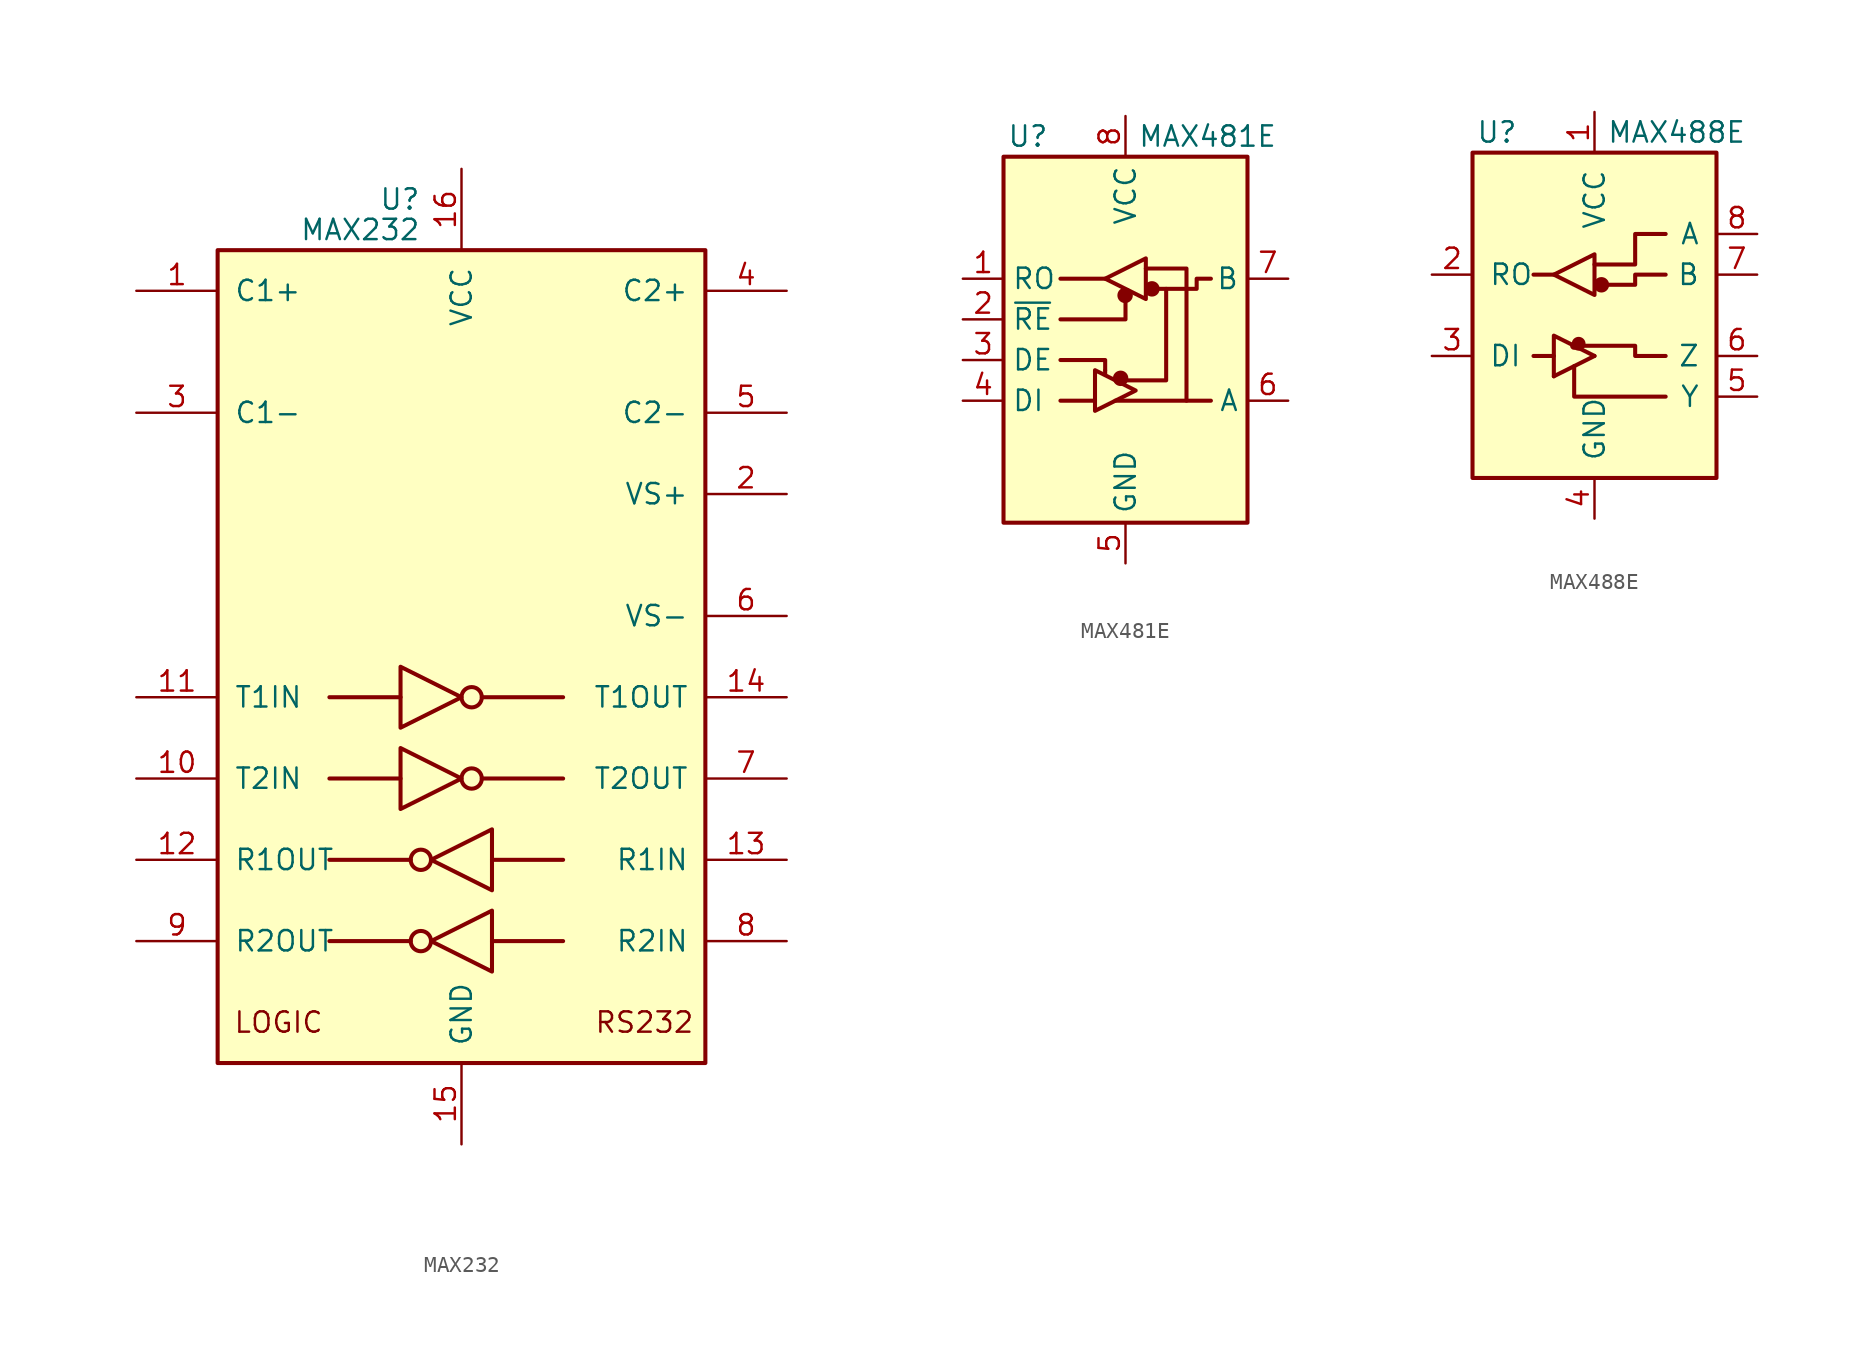
<source format=kicad_sym>
(kicad_symbol_lib
  (version 20201005)
  (generator kicad_symbol_editor)
  (symbol "Interface_UART:MAX232"
    (pin_names
      (offset 1.016))
    (property "Reference" "U"
      (at -2.54 28.575 0)
      (effects (font (size 1.27 1.27)) (justify right)))
    (property "Value" "MAX232"
      (at -2.54 26.67 0)
      (effects (font (size 1.27 1.27)) (justify right)))
    (symbol "MAX232_0_0"
      (text "LOGIC" (at -11.43 -22.86 0) (effects (font (size 1.27 1.27))))
      (text "RS232" (at 11.43 -22.86 0) (effects (font (size 1.27 1.27)))))
    (symbol "MAX232_0_1"
      (circle (center -2.54 -17.78) (radius 0.635) (stroke (width 0.254)) (fill (type none)))
      (circle (center -2.54 -12.7) (radius 0.635) (stroke (width 0.254)) (fill (type none)))
      (circle (center 0.635 -7.62) (radius 0.635) (stroke (width 0.254)) (fill (type none)))
      (circle (center 0.635 -2.54) (radius 0.635) (stroke (width 0.254)) (fill (type none)))
      (rectangle (start -15.24 -25.4) (end 15.24 25.4) (stroke (width 0.254)) (fill (type background)))
      (polyline (pts (xy -3.81 -7.62) (xy -8.255 -7.62)) (stroke (width 0.254)) (fill (type none)))
      (polyline (pts (xy -3.81 -2.54) (xy -8.255 -2.54)) (stroke (width 0.254)) (fill (type none)))
      (polyline (pts (xy -3.175 -17.78) (xy -8.255 -17.78)) (stroke (width 0.254)) (fill (type none)))
      (polyline (pts (xy -3.175 -12.7) (xy -8.255 -12.7)) (stroke (width 0.254)) (fill (type none)))
      (polyline (pts (xy 1.27 -7.62) (xy 6.35 -7.62)) (stroke (width 0.254)) (fill (type none)))
      (polyline (pts (xy 1.27 -2.54) (xy 6.35 -2.54)) (stroke (width 0.254)) (fill (type none)))
      (polyline (pts (xy 1.905 -17.78) (xy 6.35 -17.78)) (stroke (width 0.254)) (fill (type none)))
      (polyline (pts (xy 1.905 -12.7) (xy 6.35 -12.7)) (stroke (width 0.254)) (fill (type none)))
      (polyline (pts (xy -3.81 -5.715) (xy -3.81 -9.525) (xy 0 -7.62) (xy -3.81 -5.715)) (stroke (width 0.254)) (fill (type none)))
      (polyline (pts (xy -3.81 -0.635) (xy -3.81 -4.445) (xy 0 -2.54) (xy -3.81 -0.635)) (stroke (width 0.254)) (fill (type none)))
      (polyline (pts (xy 1.905 -15.875) (xy 1.905 -19.685) (xy -1.905 -17.78) (xy 1.905 -15.875)) (stroke (width 0.254)) (fill (type none)))
      (polyline (pts (xy 1.905 -10.795) (xy 1.905 -14.605) (xy -1.905 -12.7) (xy 1.905 -10.795)) (stroke (width 0.254)) (fill (type none))))
    (symbol "MAX232_1_1"
      (pin passive line (at -20.32 22.86 0) (length 5.08) (name "C1+" (effects (font (size 1.27 1.27)))) (number "1" (effects (font (size 1.27 1.27)))))
      (pin input line (at -20.32 -7.62 0) (length 5.08) (name "T2IN" (effects (font (size 1.27 1.27)))) (number "10" (effects (font (size 1.27 1.27)))))
      (pin input line (at -20.32 -2.54 0) (length 5.08) (name "T1IN" (effects (font (size 1.27 1.27)))) (number "11" (effects (font (size 1.27 1.27)))))
      (pin output line (at -20.32 -12.7 0) (length 5.08) (name "R1OUT" (effects (font (size 1.27 1.27)))) (number "12" (effects (font (size 1.27 1.27)))))
      (pin input line (at 20.32 -12.7 180) (length 5.08) (name "R1IN" (effects (font (size 1.27 1.27)))) (number "13" (effects (font (size 1.27 1.27)))))
      (pin output line (at 20.32 -2.54 180) (length 5.08) (name "T1OUT" (effects (font (size 1.27 1.27)))) (number "14" (effects (font (size 1.27 1.27)))))
      (pin power_in line (at 0 -30.48 90) (length 5.08) (name "GND" (effects (font (size 1.27 1.27)))) (number "15" (effects (font (size 1.27 1.27)))))
      (pin power_in line (at 0 30.48 270) (length 5.08) (name "VCC" (effects (font (size 1.27 1.27)))) (number "16" (effects (font (size 1.27 1.27)))))
      (pin power_out line (at 20.32 10.16 180) (length 5.08) (name "VS+" (effects (font (size 1.27 1.27)))) (number "2" (effects (font (size 1.27 1.27)))))
      (pin passive line (at -20.32 15.24 0) (length 5.08) (name "C1-" (effects (font (size 1.27 1.27)))) (number "3" (effects (font (size 1.27 1.27)))))
      (pin passive line (at 20.32 22.86 180) (length 5.08) (name "C2+" (effects (font (size 1.27 1.27)))) (number "4" (effects (font (size 1.27 1.27)))))
      (pin passive line (at 20.32 15.24 180) (length 5.08) (name "C2-" (effects (font (size 1.27 1.27)))) (number "5" (effects (font (size 1.27 1.27)))))
      (pin power_out line (at 20.32 2.54 180) (length 5.08) (name "VS-" (effects (font (size 1.27 1.27)))) (number "6" (effects (font (size 1.27 1.27)))))
      (pin output line (at 20.32 -7.62 180) (length 5.08) (name "T2OUT" (effects (font (size 1.27 1.27)))) (number "7" (effects (font (size 1.27 1.27)))))
      (pin input line (at 20.32 -17.78 180) (length 5.08) (name "R2IN" (effects (font (size 1.27 1.27)))) (number "8" (effects (font (size 1.27 1.27)))))
      (pin output line (at -20.32 -17.78 0) (length 5.08) (name "R2OUT" (effects (font (size 1.27 1.27)))) (number "9" (effects (font (size 1.27 1.27)))))))
  (symbol "Interface_UART:MAX481E"
    (property "Reference" "U"
      (at -6.096 11.43 0)
      (effects (font (size 1.27 1.27))))
    (property "Value" "MAX481E"
      (at 0.762 11.43 0)
      (effects (font (size 1.27 1.27)) (justify left)))
    (symbol "MAX481E_0_1"
      (circle (center -0.305 -3.683) (radius 0.356) (stroke (width 0.254)) (fill (type outline)))
      (circle (center -0.025 1.499) (radius 0.356) (stroke (width 0.254)) (fill (type outline)))
      (circle (center 1.651 1.905) (radius 0.356) (stroke (width 0.254)) (fill (type outline)))
      (rectangle (start -7.62 10.16) (end 7.62 -12.7) (stroke (width 0.254)) (fill (type background)))
      (rectangle (start 1.27 3.175) (end 1.27 3.175) (stroke (width 0)) (fill (type none)))
      (polyline (pts (xy -4.064 -5.08) (xy -1.905 -5.08)) (stroke (width 0.254)) (fill (type none)))
      (polyline (pts (xy -4.064 2.54) (xy -1.27 2.54)) (stroke (width 0.254)) (fill (type none)))
      (polyline (pts (xy -1.27 -3.2) (xy -1.27 -3.454)) (stroke (width 0.254)) (fill (type none)))
      (polyline (pts (xy -0.635 -5.08) (xy 5.334 -5.08)) (stroke (width 0.254)) (fill (type none)))
      (polyline (pts (xy -4.064 -2.54) (xy -1.27 -2.54) (xy -1.27 -3.175)) (stroke (width 0.254)) (fill (type none)))
      (polyline (pts (xy 0 1.27) (xy 0 0) (xy -4.064 0)) (stroke (width 0.254)) (fill (type none)))
      (polyline (pts (xy 1.27 3.175) (xy 3.81 3.175) (xy 3.81 -5.08)) (stroke (width 0.254)) (fill (type none)))
      (polyline (pts (xy 2.54 1.905) (xy 2.54 -3.81) (xy 0 -3.81)) (stroke (width 0.254)) (fill (type none)))
      (polyline (pts (xy -1.905 -3.175) (xy -1.905 -5.715) (xy 0.635 -4.445) (xy -1.905 -3.175)) (stroke (width 0.254)) (fill (type none)))
      (polyline (pts (xy -1.27 2.54) (xy 1.27 3.81) (xy 1.27 1.27) (xy -1.27 2.54)) (stroke (width 0.254)) (fill (type none)))
      (polyline (pts (xy 1.905 1.905) (xy 4.445 1.905) (xy 4.445 2.54) (xy 5.334 2.54)) (stroke (width 0.254)) (fill (type none))))
    (symbol "MAX481E_1_1"
      (pin output line (at -10.16 2.54 0) (length 2.54) (name "RO" (effects (font (size 1.27 1.27)))) (number "1" (effects (font (size 1.27 1.27)))))
      (pin input line (at -10.16 0 0) (length 2.54) (name "~RE" (effects (font (size 1.27 1.27)))) (number "2" (effects (font (size 1.27 1.27)))))
      (pin input line (at -10.16 -2.54 0) (length 2.54) (name "DE" (effects (font (size 1.27 1.27)))) (number "3" (effects (font (size 1.27 1.27)))))
      (pin input line (at -10.16 -5.08 0) (length 2.54) (name "DI" (effects (font (size 1.27 1.27)))) (number "4" (effects (font (size 1.27 1.27)))))
      (pin power_in line (at 0 -15.24 90) (length 2.54) (name "GND" (effects (font (size 1.27 1.27)))) (number "5" (effects (font (size 1.27 1.27)))))
      (pin bidirectional line (at 10.16 -5.08 180) (length 2.54) (name "A" (effects (font (size 1.27 1.27)))) (number "6" (effects (font (size 1.27 1.27)))))
      (pin bidirectional line (at 10.16 2.54 180) (length 2.54) (name "B" (effects (font (size 1.27 1.27)))) (number "7" (effects (font (size 1.27 1.27)))))
      (pin power_in line (at 0 12.7 270) (length 2.54) (name "VCC" (effects (font (size 1.27 1.27)))) (number "8" (effects (font (size 1.27 1.27)))))))
  (symbol "Interface_UART:MAX488E"
    (pin_names
      (offset 1.016))
    (property "Reference" "U"
      (at -6.096 11.43 0)
      (effects (font (size 1.27 1.27))))
    (property "Value" "MAX488E"
      (at 0.762 11.43 0)
      (effects (font (size 1.27 1.27)) (justify left)))
    (symbol "MAX488E_0_1"
      (circle (center -1.27 -1.905) (radius 0) (stroke (width 0.254)) (fill (type none)))
      (circle (center -0.991 -1.778) (radius 0.305) (stroke (width 0.254)) (fill (type outline)))
      (circle (center 0.432 1.905) (radius 0.356) (stroke (width 0.254)) (fill (type outline)))
      (rectangle (start -7.62 10.16) (end 7.62 -10.16) (stroke (width 0.254)) (fill (type background)))
      (polyline (pts (xy -2.54 -3.81) (xy 0 -2.54)) (stroke (width 0.254)) (fill (type none)))
      (polyline (pts (xy -2.54 -2.54) (xy -3.81 -2.54)) (stroke (width 0.254)) (fill (type none)))
      (polyline (pts (xy -2.54 2.54) (xy -3.81 2.54)) (stroke (width 0.254)) (fill (type none)))
      (polyline (pts (xy -0.635 -1.905) (xy -1.27 -1.905)) (stroke (width 0)) (fill (type none)))
      (polyline (pts (xy -2.54 -3.81) (xy -2.54 -1.27) (xy 0 -2.54)) (stroke (width 0.254)) (fill (type none)))
      (polyline (pts (xy -1.27 -3.175) (xy -1.27 -5.08) (xy 4.445 -5.08)) (stroke (width 0.254)) (fill (type none)))
      (polyline (pts (xy -2.54 2.54) (xy 0 3.81) (xy 0 1.27) (xy -2.54 2.54)) (stroke (width 0.254)) (fill (type none)))
      (polyline (pts (xy -0.635 -1.905) (xy 2.54 -1.905) (xy 2.54 -2.54) (xy 4.445 -2.54)) (stroke (width 0.254)) (fill (type none)))
      (polyline (pts (xy 0 3.175) (xy 2.54 3.175) (xy 2.54 5.08) (xy 4.445 5.08)) (stroke (width 0.254)) (fill (type none)))
      (polyline (pts (xy 0.635 1.905) (xy 2.54 1.905) (xy 2.54 2.54) (xy 4.445 2.54)) (stroke (width 0.254)) (fill (type none))))
    (symbol "MAX488E_1_1"
      (pin power_in line (at 0 12.7 270) (length 2.54) (name "VCC" (effects (font (size 1.27 1.27)))) (number "1" (effects (font (size 1.27 1.27)))))
      (pin output line (at -10.16 2.54 0) (length 2.54) (name "RO" (effects (font (size 1.27 1.27)))) (number "2" (effects (font (size 1.27 1.27)))))
      (pin input line (at -10.16 -2.54 0) (length 2.54) (name "DI" (effects (font (size 1.27 1.27)))) (number "3" (effects (font (size 1.27 1.27)))))
      (pin power_in line (at 0 -12.7 90) (length 2.54) (name "GND" (effects (font (size 1.27 1.27)))) (number "4" (effects (font (size 1.27 1.27)))))
      (pin output line (at 10.16 -5.08 180) (length 2.54) (name "Y" (effects (font (size 1.27 1.27)))) (number "5" (effects (font (size 1.27 1.27)))))
      (pin output line (at 10.16 -2.54 180) (length 2.54) (name "Z" (effects (font (size 1.27 1.27)))) (number "6" (effects (font (size 1.27 1.27)))))
      (pin input line (at 10.16 2.54 180) (length 2.54) (name "B" (effects (font (size 1.27 1.27)))) (number "7" (effects (font (size 1.27 1.27)))))
      (pin input line (at 10.16 5.08 180) (length 2.54) (name "A" (effects (font (size 1.27 1.27)))) (number "8" (effects (font (size 1.27 1.27))))))))
</source>
